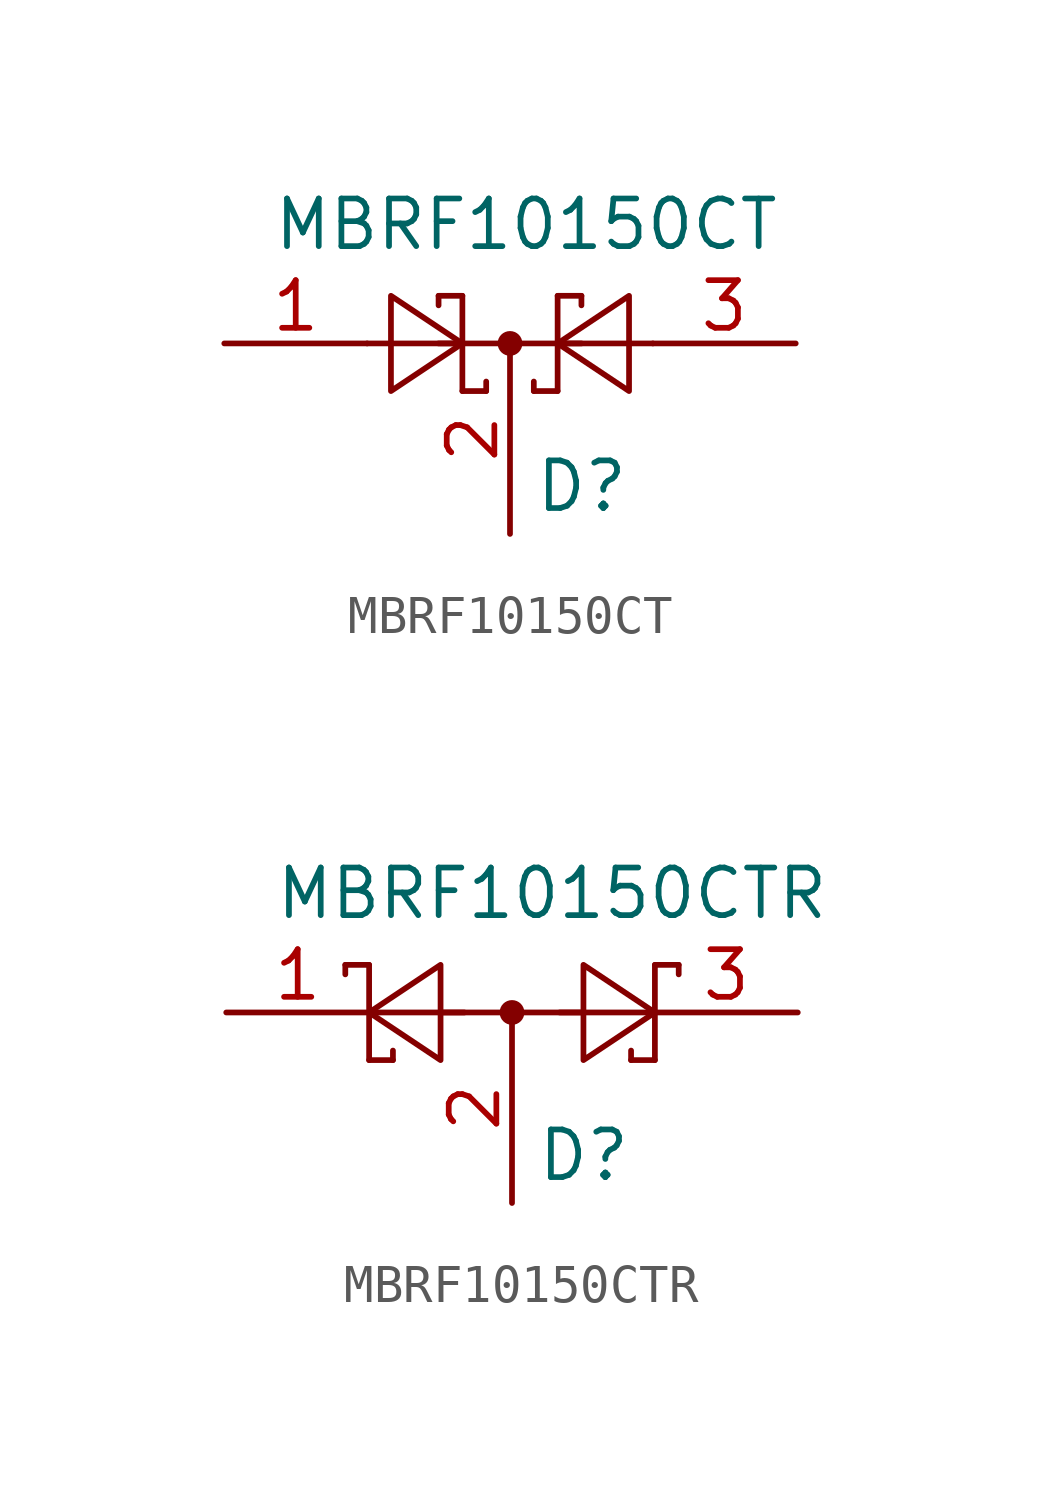
<source format=kicad_sym>
(kicad_symbol_lib
  (version 20211014)
  (generator kicad_symbol_editor)
  (symbol "MBRF10150CT"
    (property "Reference" "D"
      (at 0.635 -3.81 0)
      (effects (font (size 1.27 1.27)) (justify left)))
    (property "Value" "MBRF10150CT"
      (at -6.35 3.175 0)
      (effects (font (size 1.27 1.27)) (justify left)))
    (symbol "MBRF10150CT_0_1"
      (polyline (pts (xy -1.905 0) (xy 1.905 0)) (stroke (width 0) (type default) (color 0 0 0 0)) (fill (type none)))
      (polyline (pts (xy -1.905 1.27) (xy -1.905 1.016)) (stroke (width 0) (type default) (color 0 0 0 0)) (fill (type none)))
      (polyline (pts (xy -1.27 -1.27) (xy -0.635 -1.27)) (stroke (width 0) (type default) (color 0 0 0 0)) (fill (type none)))
      (polyline (pts (xy -1.27 0) (xy -3.81 0)) (stroke (width 0) (type default) (color 0 0 0 0)) (fill (type none)))
      (polyline (pts (xy -1.27 1.27) (xy -1.905 1.27)) (stroke (width 0) (type default) (color 0 0 0 0)) (fill (type none)))
      (polyline (pts (xy -1.27 1.27) (xy -1.27 -1.27)) (stroke (width 0) (type default) (color 0 0 0 0)) (fill (type none)))
      (polyline (pts (xy -0.635 -1.27) (xy -0.635 -1.016)) (stroke (width 0) (type default) (color 0 0 0 0)) (fill (type none)))
      (polyline (pts (xy 0.635 -1.27) (xy 0.635 -1.016)) (stroke (width 0) (type default) (color 0 0 0 0)) (fill (type none)))
      (polyline (pts (xy 1.27 -1.27) (xy 0.635 -1.27)) (stroke (width 0) (type default) (color 0 0 0 0)) (fill (type none)))
      (polyline (pts (xy 1.27 1.27) (xy 1.27 -1.27)) (stroke (width 0) (type default) (color 0 0 0 0)) (fill (type none)))
      (polyline (pts (xy 1.27 1.27) (xy 1.905 1.27)) (stroke (width 0) (type default) (color 0 0 0 0)) (fill (type none)))
      (polyline (pts (xy 1.905 1.27) (xy 1.905 1.016)) (stroke (width 0) (type default) (color 0 0 0 0)) (fill (type none)))
      (polyline (pts (xy 3.81 0) (xy 1.27 0)) (stroke (width 0) (type default) (color 0 0 0 0)) (fill (type none)))
      (polyline (pts (xy -3.175 -1.27) (xy -3.175 1.27) (xy -1.27 0) (xy -3.175 -1.27)) (stroke (width 0) (type default) (color 0 0 0 0)) (fill (type none)))
      (polyline (pts (xy 3.175 -1.27) (xy 3.175 1.27) (xy 1.27 0) (xy 3.175 -1.27)) (stroke (width 0) (type default) (color 0 0 0 0)) (fill (type none)))
      (circle (center 0 0) (radius 0.254) (stroke (width 0) (type default) (color 0 0 0 0)) (fill (type outline))))
    (symbol "MBRF10150CT_1_1"
      (pin passive line (at -7.62 0 0) (length 3.81) (name "~" (effects (font (size 1.27 1.27)))) (number "1" (effects (font (size 1.27 1.27)))))
      (pin passive line (at 0 -5.08 90) (length 5.08) (name "~" (effects (font (size 1.27 1.27)))) (number "2" (effects (font (size 1.27 1.27)))))
      (pin passive line (at 7.62 0 180) (length 3.81) (name "~" (effects (font (size 1.27 1.27)))) (number "3" (effects (font (size 1.27 1.27)))))))
  (symbol "MBRF10150CTR"
    (property "Reference" "D"
      (at 0.635 -3.81 0)
      (effects (font (size 1.27 1.27)) (justify left)))
    (property "Value" "MBRF10150CTR"
      (at -6.35 3.175 0)
      (effects (font (size 1.27 1.27)) (justify left)))
    (symbol "MBRF10150CTR_0_1"
      (polyline (pts (xy -4.445 1.27) (xy -4.445 1.016)) (stroke (width 0) (type default) (color 0 0 0 0)) (fill (type none)))
      (polyline (pts (xy -3.81 -1.27) (xy -3.81 1.27)) (stroke (width 0) (type default) (color 0 0 0 0)) (fill (type none)))
      (polyline (pts (xy -3.81 -1.27) (xy -3.175 -1.27)) (stroke (width 0) (type default) (color 0 0 0 0)) (fill (type none)))
      (polyline (pts (xy -3.81 0) (xy -1.27 0)) (stroke (width 0) (type default) (color 0 0 0 0)) (fill (type none)))
      (polyline (pts (xy -3.81 1.27) (xy -4.445 1.27)) (stroke (width 0) (type default) (color 0 0 0 0)) (fill (type none)))
      (polyline (pts (xy -3.175 -1.27) (xy -3.175 -1.016)) (stroke (width 0) (type default) (color 0 0 0 0)) (fill (type none)))
      (polyline (pts (xy -1.905 0) (xy 1.905 0)) (stroke (width 0) (type default) (color 0 0 0 0)) (fill (type none)))
      (polyline (pts (xy 1.27 0) (xy 3.81 0)) (stroke (width 0) (type default) (color 0 0 0 0)) (fill (type none)))
      (polyline (pts (xy 3.175 -1.27) (xy 3.175 -1.016)) (stroke (width 0) (type default) (color 0 0 0 0)) (fill (type none)))
      (polyline (pts (xy 3.81 -1.27) (xy 3.175 -1.27)) (stroke (width 0) (type default) (color 0 0 0 0)) (fill (type none)))
      (polyline (pts (xy 3.81 -1.27) (xy 3.81 1.27)) (stroke (width 0) (type default) (color 0 0 0 0)) (fill (type none)))
      (polyline (pts (xy 3.81 1.27) (xy 4.445 1.27)) (stroke (width 0) (type default) (color 0 0 0 0)) (fill (type none)))
      (polyline (pts (xy 4.445 1.27) (xy 4.445 1.016)) (stroke (width 0) (type default) (color 0 0 0 0)) (fill (type none)))
      (polyline (pts (xy -1.905 1.27) (xy -1.905 -1.27) (xy -3.81 0) (xy -1.905 1.27)) (stroke (width 0) (type default) (color 0 0 0 0)) (fill (type none)))
      (polyline (pts (xy 1.905 1.27) (xy 1.905 -1.27) (xy 3.81 0) (xy 1.905 1.27)) (stroke (width 0) (type default) (color 0 0 0 0)) (fill (type none)))
      (circle (center 0 0) (radius 0.254) (stroke (width 0) (type default) (color 0 0 0 0)) (fill (type outline))))
    (symbol "MBRF10150CTR_1_1"
      (pin passive line (at -7.62 0 0) (length 3.81) (name "~" (effects (font (size 1.27 1.27)))) (number "1" (effects (font (size 1.27 1.27)))))
      (pin passive line (at 0 -5.08 90) (length 5.08) (name "~" (effects (font (size 1.27 1.27)))) (number "2" (effects (font (size 1.27 1.27)))))
      (pin passive line (at 7.62 0 180) (length 3.81) (name "~" (effects (font (size 1.27 1.27)))) (number "3" (effects (font (size 1.27 1.27))))))))
</source>
